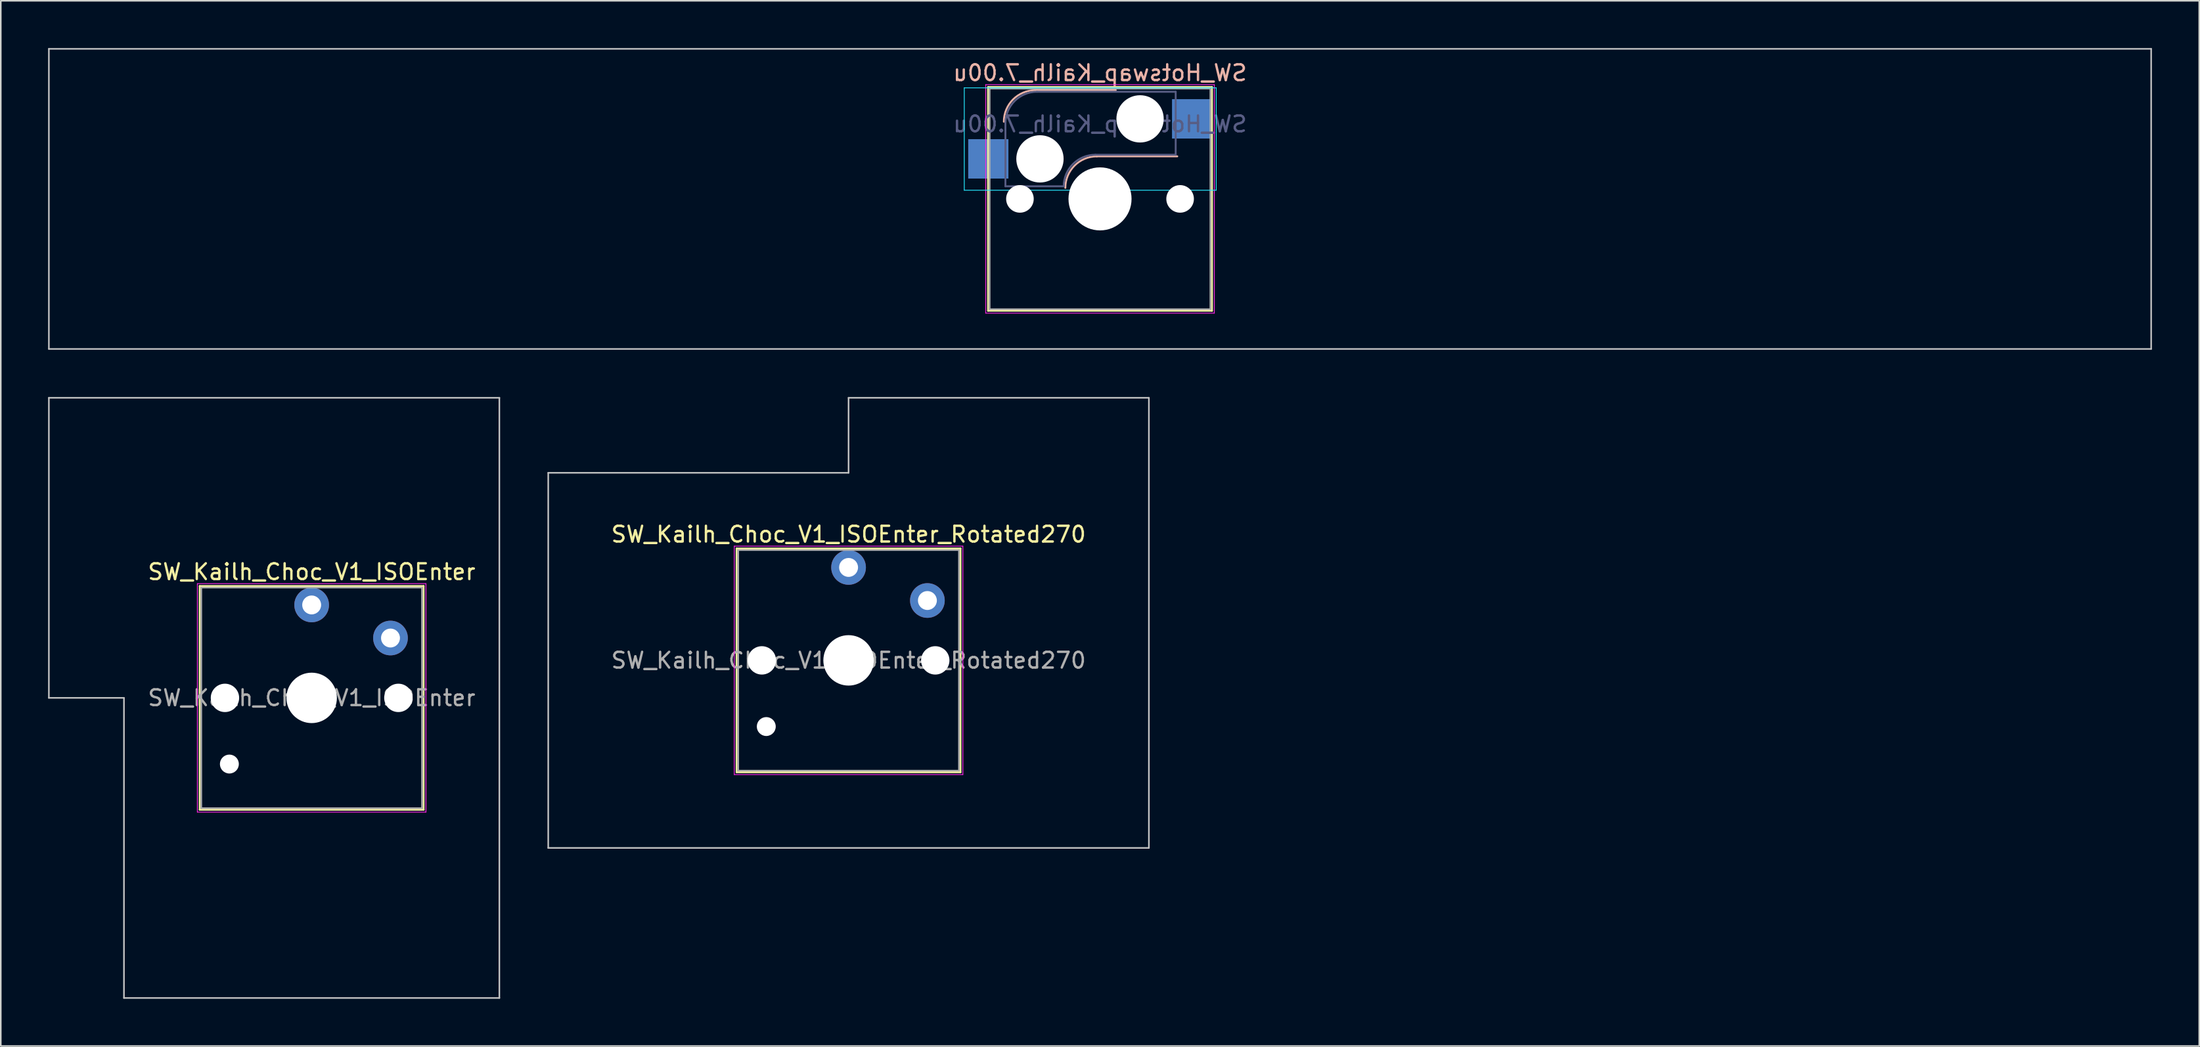
<source format=kicad_pcb>
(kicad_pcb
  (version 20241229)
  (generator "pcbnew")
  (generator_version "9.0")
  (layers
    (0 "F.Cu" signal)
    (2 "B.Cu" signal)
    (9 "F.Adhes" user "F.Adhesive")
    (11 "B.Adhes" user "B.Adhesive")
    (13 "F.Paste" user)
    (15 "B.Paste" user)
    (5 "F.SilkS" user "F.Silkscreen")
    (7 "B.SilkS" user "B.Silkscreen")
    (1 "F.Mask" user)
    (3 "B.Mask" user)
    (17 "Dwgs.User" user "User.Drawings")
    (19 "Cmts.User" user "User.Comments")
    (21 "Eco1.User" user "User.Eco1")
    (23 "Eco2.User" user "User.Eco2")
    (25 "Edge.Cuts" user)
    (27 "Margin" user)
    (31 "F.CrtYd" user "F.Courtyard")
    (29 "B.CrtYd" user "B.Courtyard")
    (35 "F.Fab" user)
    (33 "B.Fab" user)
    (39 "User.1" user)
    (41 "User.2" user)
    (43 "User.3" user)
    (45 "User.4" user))
  (footprint "SW_Kailh_Choc_V1_ISOEnter_Rotated270"
    (layer "F.Cu")
    (at 50.775 38.869)
    (property "Reference" "SW_Kailh_Choc_V1_ISOEnter_Rotated270" (at 0 -8 0) (layer "F.SilkS") (effects (font (size 1 1) (thickness 0.15))))
    (attr through_hole)
    (fp_line (start -7.1 -7.1) (end -7.1 7.1) (stroke (width 0.12) (type solid)) (layer "F.SilkS"))
    (fp_line (start -7.1 7.1) (end 7.1 7.1) (stroke (width 0.12) (type solid)) (layer "F.SilkS"))
    (fp_line (start 7.1 -7.1) (end -7.1 -7.1) (stroke (width 0.12) (type solid)) (layer "F.SilkS"))
    (fp_line (start 7.1 7.1) (end 7.1 -7.1) (stroke (width 0.12) (type solid)) (layer "F.SilkS"))
    (fp_line (start -19.05 -11.906) (end -19.05 11.906) (stroke (width 0.1) (type solid)) (layer "Dwgs.User"))
    (fp_line (start -19.05 11.906) (end 19.05 11.906) (stroke (width 0.1) (type solid)) (layer "Dwgs.User"))
    (fp_line (start 0 -16.669) (end 0 -11.906) (stroke (width 0.1) (type solid)) (layer "Dwgs.User"))
    (fp_line (start 0 -11.906) (end -19.05 -11.906) (stroke (width 0.1) (type solid)) (layer "Dwgs.User"))
    (fp_line (start 19.05 -16.669) (end 0 -16.669) (stroke (width 0.1) (type solid)) (layer "Dwgs.User"))
    (fp_line (start 19.05 11.906) (end 19.05 -16.669) (stroke (width 0.1) (type solid)) (layer "Dwgs.User"))
    (fp_line (start -7.25 -7.25) (end -7.25 7.25) (stroke (width 0.05) (type solid)) (layer "F.CrtYd"))
    (fp_line (start -7.25 7.25) (end 7.25 7.25) (stroke (width 0.05) (type solid)) (layer "F.CrtYd"))
    (fp_line (start 7.25 -7.25) (end -7.25 -7.25) (stroke (width 0.05) (type solid)) (layer "F.CrtYd"))
    (fp_line (start 7.25 7.25) (end 7.25 -7.25) (stroke (width 0.05) (type solid)) (layer "F.CrtYd"))
    (fp_line (start -7 -7) (end -7 7) (stroke (width 0.1) (type solid)) (layer "F.Fab"))
    (fp_line (start -7 7) (end 7 7) (stroke (width 0.1) (type solid)) (layer "F.Fab"))
    (fp_line (start 7 -7) (end -7 -7) (stroke (width 0.1) (type solid)) (layer "F.Fab"))
    (fp_line (start 7 7) (end 7 -7) (stroke (width 0.1) (type solid)) (layer "F.Fab"))
    (fp_text user "${REFERENCE}" (at 0 0 0) (layer "F.Fab") (effects (font (size 1 1) (thickness 0.15))))
    (pad "" np_thru_hole circle (at -5.5 0) (size 1.8 1.8) (drill 1.8) (layers "*.Cu" "*.Mask"))
    (pad "" np_thru_hole circle (at -5.22 4.2) (size 1.2 1.2) (drill 1.2) (layers "*.Cu" "*.Mask"))
    (pad "" np_thru_hole circle (at 0 0) (size 3.2 3.2) (drill 3.2) (layers "*.Cu" "*.Mask"))
    (pad "" np_thru_hole circle (at 5.5 0) (size 1.8 1.8) (drill 1.8) (layers "*.Cu" "*.Mask"))
    (pad "1" thru_hole circle (at 0 -5.9) (size 2.2 2.2) (drill 1.2) (layers "*.Cu" "B.Mask"))
    (pad "2" thru_hole circle (at 5 -3.8) (size 2.2 2.2) (drill 1.2) (layers "*.Cu" "B.Mask")))
  (footprint "SW_Hotswap_Kailh_7.00u"
    (layer "F.Cu")
    (at 66.725 9.575)
    (property "Reference" "SW_Hotswap_Kailh_7.00u" (at 0 -8 0) (layer "B.SilkS") (effects (font (size 1 1) (thickness 0.15)) (justify mirror)))
    (attr smd)
    (fp_line (start -7.1 -7.1) (end -7.1 7.1) (stroke (width 0.12) (type solid)) (layer "F.SilkS"))
    (fp_line (start -7.1 7.1) (end 7.1 7.1) (stroke (width 0.12) (type solid)) (layer "F.SilkS"))
    (fp_line (start 7.1 -7.1) (end -7.1 -7.1) (stroke (width 0.12) (type solid)) (layer "F.SilkS"))
    (fp_line (start 7.1 7.1) (end 7.1 -7.1) (stroke (width 0.12) (type solid)) (layer "F.SilkS"))
    (fp_line (start -4.1 -6.9) (end 1 -6.9) (stroke (width 0.12) (type solid)) (layer "B.SilkS"))
    (fp_line (start -0.2 -2.7) (end 4.9 -2.7) (stroke (width 0.12) (type solid)) (layer "B.SilkS"))
    (fp_arc (start -6.1 -4.9) (mid -5.514214 -6.314214) (end -4.1 -6.9) (stroke (width 0.12) (type solid)) (layer "B.SilkS"))
    (fp_arc (start -2.2 -0.7) (mid -1.614214 -2.114214) (end -0.2 -2.7) (stroke (width 0.12) (type solid)) (layer "B.SilkS"))
    (fp_line (start -66.675 -9.525) (end -66.675 9.525) (stroke (width 0.1) (type solid)) (layer "Dwgs.User"))
    (fp_line (start -66.675 9.525) (end 66.675 9.525) (stroke (width 0.1) (type solid)) (layer "Dwgs.User"))
    (fp_line (start 66.675 -9.525) (end -66.675 -9.525) (stroke (width 0.1) (type solid)) (layer "Dwgs.User"))
    (fp_line (start 66.675 9.525) (end 66.675 -9.525) (stroke (width 0.1) (type solid)) (layer "Dwgs.User"))
    (fp_line (start -8.61 -7.05) (end -8.61 -0.55) (stroke (width 0.05) (type solid)) (layer "B.CrtYd"))
    (fp_line (start -8.61 -0.55) (end 7.37 -0.55) (stroke (width 0.05) (type solid)) (layer "B.CrtYd"))
    (fp_line (start 7.37 -7.05) (end -8.61 -7.05) (stroke (width 0.05) (type solid)) (layer "B.CrtYd"))
    (fp_line (start 7.37 -0.55) (end 7.37 -7.05) (stroke (width 0.05) (type solid)) (layer "B.CrtYd"))
    (fp_line (start -7.25 -7.25) (end -7.25 7.25) (stroke (width 0.05) (type solid)) (layer "F.CrtYd"))
    (fp_line (start -7.25 7.25) (end 7.25 7.25) (stroke (width 0.05) (type solid)) (layer "F.CrtYd"))
    (fp_line (start 7.25 -7.25) (end -7.25 -7.25) (stroke (width 0.05) (type solid)) (layer "F.CrtYd"))
    (fp_line (start 7.25 7.25) (end 7.25 -7.25) (stroke (width 0.05) (type solid)) (layer "F.CrtYd"))
    (fp_line (start -6 -0.8) (end -6 -4.8) (stroke (width 0.12) (type solid)) (layer "B.Fab"))
    (fp_line (start -6 -0.8) (end -2.3 -0.8) (stroke (width 0.12) (type solid)) (layer "B.Fab"))
    (fp_line (start -4 -6.8) (end 4.8 -6.8) (stroke (width 0.12) (type solid)) (layer "B.Fab"))
    (fp_line (start -0.3 -2.8) (end 4.8 -2.8) (stroke (width 0.12) (type solid)) (layer "B.Fab"))
    (fp_line (start 4.8 -6.8) (end 4.8 -2.8) (stroke (width 0.12) (type solid)) (layer "B.Fab"))
    (fp_arc (start -6 -4.8) (mid -5.414214 -6.214214) (end -4 -6.8) (stroke (width 0.12) (type solid)) (layer "B.Fab"))
    (fp_arc (start -2.3 -0.8) (mid -1.714214 -2.214214) (end -0.3 -2.8) (stroke (width 0.12) (type solid)) (layer "B.Fab"))
    (fp_line (start -7 -7) (end -7 7) (stroke (width 0.1) (type solid)) (layer "F.Fab"))
    (fp_line (start -7 7) (end 7 7) (stroke (width 0.1) (type solid)) (layer "F.Fab"))
    (fp_line (start 7 -7) (end -7 -7) (stroke (width 0.1) (type solid)) (layer "F.Fab"))
    (fp_line (start 7 7) (end 7 -7) (stroke (width 0.1) (type solid)) (layer "F.Fab"))
    (fp_text user "${REFERENCE}" (at 0 -4.75 0) (layer "B.Fab") (effects (font (size 1 1) (thickness 0.15)) (justify mirror)))
    (pad "" np_thru_hole circle (at -5.08 0) (size 1.75 1.75) (drill 1.75) (layers "*.Cu" "*.Mask"))
    (pad "" np_thru_hole circle (at -3.81 -2.54) (size 3 3) (drill 3) (layers "*.Cu" "*.Mask"))
    (pad "" np_thru_hole circle (at 0 0) (size 4 4) (drill 4) (layers "*.Cu" "*.Mask"))
    (pad "" np_thru_hole circle (at 2.54 -5.08) (size 3 3) (drill 3) (layers "*.Cu" "*.Mask"))
    (pad "" np_thru_hole circle (at 5.08 0) (size 1.75 1.75) (drill 1.75) (layers "*.Cu" "*.Mask"))
    (pad "1" smd rect (at -7.085 -2.54) (size 2.55 2.5) (layers "B.Cu" "B.Mask" "B.Paste"))
    (pad "2" smd rect (at 5.842 -5.08) (size 2.55 2.5) (layers "B.Cu" "B.Mask" "B.Paste")))
  (footprint "SW_Kailh_Choc_V1_ISOEnter"
    (layer "F.Cu")
    (at 16.719 41.25)
    (property "Reference" "SW_Kailh_Choc_V1_ISOEnter" (at 0 -8 0) (layer "F.SilkS") (effects (font (size 1 1) (thickness 0.15))))
    (attr through_hole)
    (fp_line (start -7.1 -7.1) (end -7.1 7.1) (stroke (width 0.12) (type solid)) (layer "F.SilkS"))
    (fp_line (start -7.1 7.1) (end 7.1 7.1) (stroke (width 0.12) (type solid)) (layer "F.SilkS"))
    (fp_line (start 7.1 -7.1) (end -7.1 -7.1) (stroke (width 0.12) (type solid)) (layer "F.SilkS"))
    (fp_line (start 7.1 7.1) (end 7.1 -7.1) (stroke (width 0.12) (type solid)) (layer "F.SilkS"))
    (fp_line (start -16.669 -19.05) (end -16.669 0) (stroke (width 0.1) (type solid)) (layer "Dwgs.User"))
    (fp_line (start -16.669 0) (end -11.906 0) (stroke (width 0.1) (type solid)) (layer "Dwgs.User"))
    (fp_line (start -11.906 0) (end -11.906 19.05) (stroke (width 0.1) (type solid)) (layer "Dwgs.User"))
    (fp_line (start -11.906 19.05) (end 11.906 19.05) (stroke (width 0.1) (type solid)) (layer "Dwgs.User"))
    (fp_line (start 11.906 -19.05) (end -16.669 -19.05) (stroke (width 0.1) (type solid)) (layer "Dwgs.User"))
    (fp_line (start 11.906 19.05) (end 11.906 -19.05) (stroke (width 0.1) (type solid)) (layer "Dwgs.User"))
    (fp_line (start -7.25 -7.25) (end -7.25 7.25) (stroke (width 0.05) (type solid)) (layer "F.CrtYd"))
    (fp_line (start -7.25 7.25) (end 7.25 7.25) (stroke (width 0.05) (type solid)) (layer "F.CrtYd"))
    (fp_line (start 7.25 -7.25) (end -7.25 -7.25) (stroke (width 0.05) (type solid)) (layer "F.CrtYd"))
    (fp_line (start 7.25 7.25) (end 7.25 -7.25) (stroke (width 0.05) (type solid)) (layer "F.CrtYd"))
    (fp_line (start -7 -7) (end -7 7) (stroke (width 0.1) (type solid)) (layer "F.Fab"))
    (fp_line (start -7 7) (end 7 7) (stroke (width 0.1) (type solid)) (layer "F.Fab"))
    (fp_line (start 7 -7) (end -7 -7) (stroke (width 0.1) (type solid)) (layer "F.Fab"))
    (fp_line (start 7 7) (end 7 -7) (stroke (width 0.1) (type solid)) (layer "F.Fab"))
    (fp_text user "${REFERENCE}" (at 0 0 0) (layer "F.Fab") (effects (font (size 1 1) (thickness 0.15))))
    (pad "" np_thru_hole circle (at -5.5 0) (size 1.8 1.8) (drill 1.8) (layers "*.Cu" "*.Mask"))
    (pad "" np_thru_hole circle (at -5.22 4.2) (size 1.2 1.2) (drill 1.2) (layers "*.Cu" "*.Mask"))
    (pad "" np_thru_hole circle (at 0 0) (size 3.2 3.2) (drill 3.2) (layers "*.Cu" "*.Mask"))
    (pad "" np_thru_hole circle (at 5.5 0) (size 1.8 1.8) (drill 1.8) (layers "*.Cu" "*.Mask"))
    (pad "1" thru_hole circle (at 0 -5.9) (size 2.2 2.2) (drill 1.2) (layers "*.Cu" "B.Mask"))
    (pad "2" thru_hole circle (at 5 -3.8) (size 2.2 2.2) (drill 1.2) (layers "*.Cu" "B.Mask")))
  (gr_rect
    (start -3 -3)
    (end 136.45 63.35)
    (stroke (width 0.1) (type default))
    (fill no)
    (layer "Edge.Cuts")))
</source>
